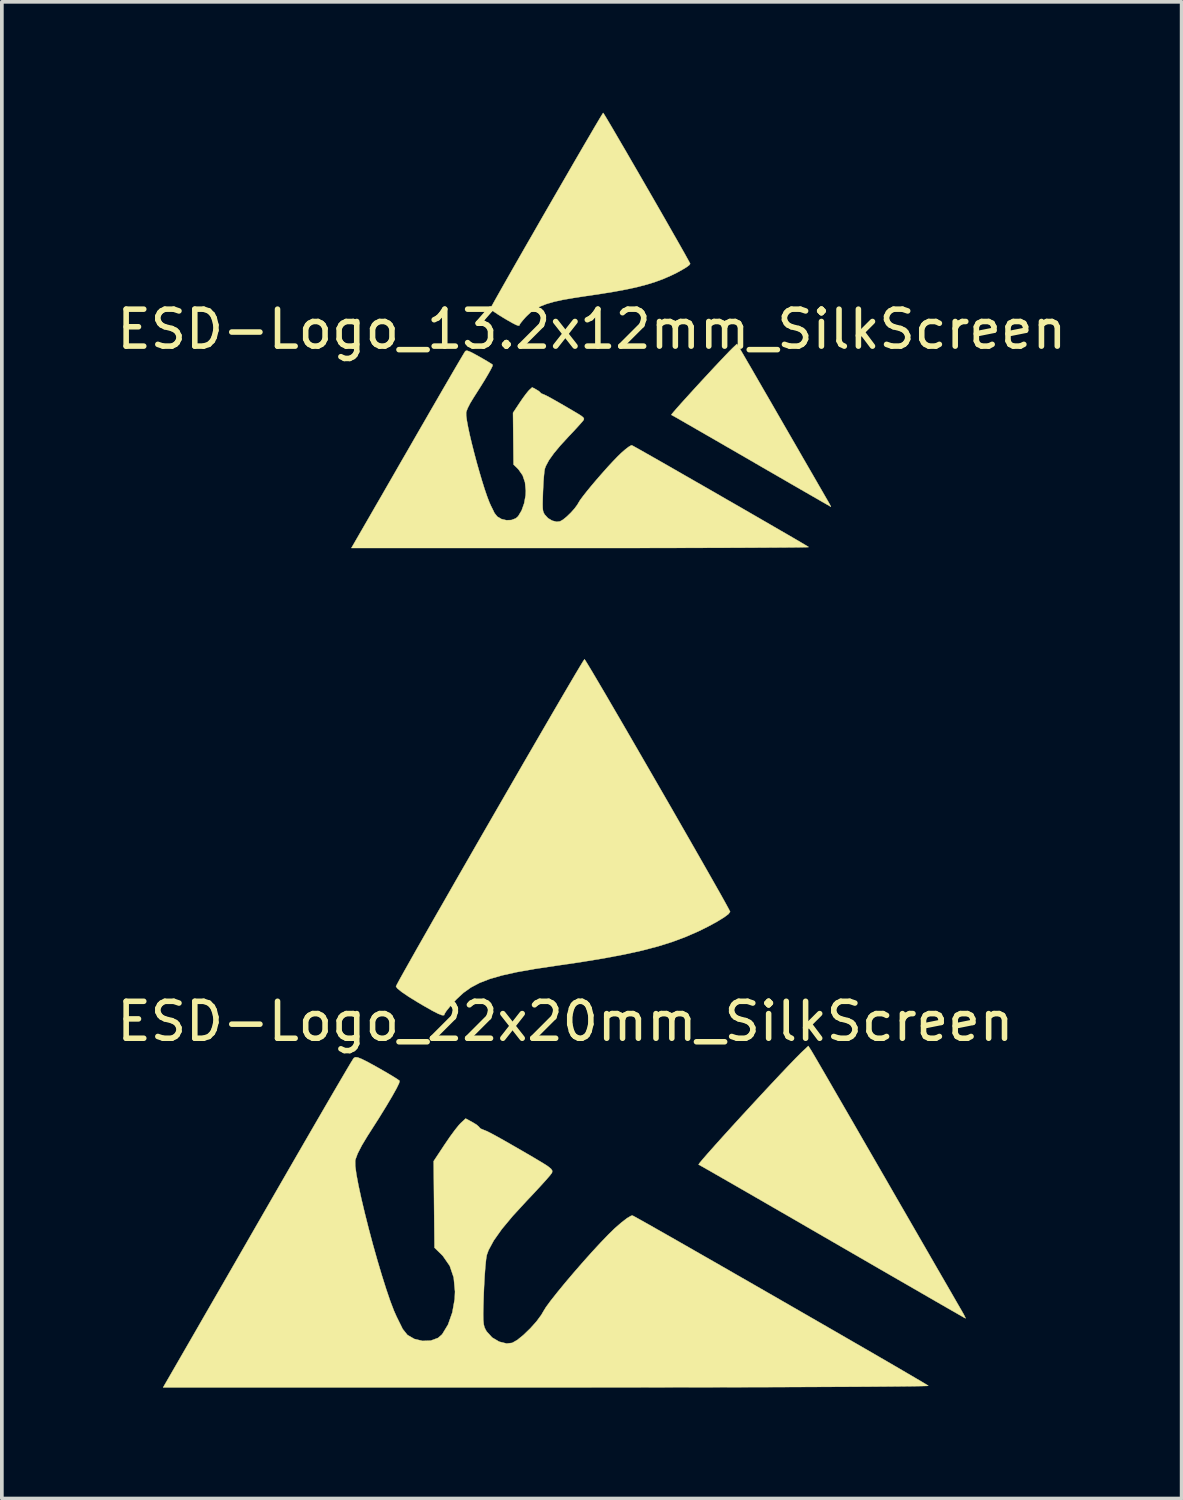
<source format=kicad_pcb>
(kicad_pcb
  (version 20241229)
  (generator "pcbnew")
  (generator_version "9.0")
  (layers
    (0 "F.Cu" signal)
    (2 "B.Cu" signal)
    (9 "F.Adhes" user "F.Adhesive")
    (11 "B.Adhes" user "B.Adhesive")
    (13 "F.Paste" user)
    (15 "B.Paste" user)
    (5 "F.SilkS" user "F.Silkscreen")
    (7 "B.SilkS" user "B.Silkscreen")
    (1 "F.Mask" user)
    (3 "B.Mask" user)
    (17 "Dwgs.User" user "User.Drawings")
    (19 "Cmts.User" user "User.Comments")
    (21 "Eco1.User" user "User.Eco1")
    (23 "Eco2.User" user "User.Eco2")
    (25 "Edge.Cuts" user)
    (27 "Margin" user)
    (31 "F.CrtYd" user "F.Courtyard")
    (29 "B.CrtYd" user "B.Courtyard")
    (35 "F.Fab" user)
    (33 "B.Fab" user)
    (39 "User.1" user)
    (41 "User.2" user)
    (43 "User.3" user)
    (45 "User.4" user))
  (footprint "ESD-Logo_13.2x12mm_SilkScreen"
    (layer "F.Cu")
    (at 12.958 5.859)
    (property "Reference" "ESD-Logo_13.2x12mm_SilkScreen" (at 0 0 0) (layer "F.SilkS") (effects (font (size 1 1) (thickness 0.15))))
    (attr exclude_from_pos_files exclude_from_bom)
    (fp_poly (pts (xy 3.975 0.469) (xy 3.998 0.507) (xy 4.049 0.595) (xy 4.126 0.727) (xy 4.226 0.9) (xy 4.348 1.109) (xy 4.487 1.35) (xy 4.642 1.619) (xy 4.811 1.91) (xy 4.99 2.221) (xy 5.174 2.54) (xy 5.362 2.866) (xy 5.543 3.179) (xy 5.713 3.475) (xy 5.871 3.748) (xy 6.014 3.995) (xy 6.138 4.211) (xy 6.242 4.391) (xy 6.322 4.53) (xy 6.377 4.625) (xy 6.403 4.67) (xy 6.445 4.745) (xy 6.468 4.792) (xy 6.469 4.8) (xy 6.441 4.784) (xy 6.364 4.74) (xy 6.241 4.67) (xy 6.077 4.575) (xy 5.875 4.459) (xy 5.64 4.324) (xy 5.375 4.171) (xy 5.085 4.003) (xy 4.774 3.824) (xy 4.446 3.634) (xy 4.321 3.561) (xy 3.987 3.368) (xy 3.668 3.184) (xy 3.369 3.011) (xy 3.093 2.852) (xy 2.844 2.709) (xy 2.628 2.584) (xy 2.447 2.48) (xy 2.306 2.399) (xy 2.208 2.344) (xy 2.159 2.317) (xy 2.154 2.314) (xy 2.169 2.29) (xy 2.221 2.228) (xy 2.305 2.131) (xy 2.415 2.007) (xy 2.547 1.861) (xy 2.694 1.699) (xy 2.852 1.526) (xy 3.015 1.349) (xy 3.179 1.172) (xy 3.336 1.003) (xy 3.483 0.847) (xy 3.614 0.709) (xy 3.723 0.595) (xy 3.806 0.512) (xy 3.834 0.485) (xy 3.928 0.396) (xy 3.975 0.469)) (stroke (width 0.01) (type solid)) (fill yes) (layer "F.SilkS"))
    (fp_poly (pts (xy 0.328 -5.828) (xy 0.374 -5.754) (xy 0.445 -5.635) (xy 0.538 -5.478) (xy 0.65 -5.287) (xy 0.778 -5.067) (xy 0.92 -4.825) (xy 1.071 -4.563) (xy 1.231 -4.288) (xy 1.394 -4.005) (xy 1.56 -3.718) (xy 1.724 -3.433) (xy 1.884 -3.155) (xy 2.037 -2.888) (xy 2.179 -2.638) (xy 2.309 -2.411) (xy 2.423 -2.21) (xy 2.519 -2.04) (xy 2.592 -1.908) (xy 2.641 -1.818) (xy 2.663 -1.775) (xy 2.664 -1.773) (xy 2.637 -1.736) (xy 2.562 -1.68) (xy 2.448 -1.611) (xy 2.305 -1.532) (xy 2.154 -1.458) (xy 1.949 -1.368) (xy 1.734 -1.288) (xy 1.5 -1.214) (xy 1.241 -1.146) (xy 0.949 -1.082) (xy 0.617 -1.02) (xy 0.238 -0.958) (xy -0.155 -0.9) (xy -0.496 -0.848) (xy -0.783 -0.798) (xy -1.022 -0.745) (xy -1.221 -0.687) (xy -1.386 -0.623) (xy -1.526 -0.549) (xy -1.647 -0.463) (xy -1.756 -0.362) (xy -1.792 -0.325) (xy -1.868 -0.238) (xy -1.925 -0.167) (xy -1.951 -0.125) (xy -1.951 -0.121) (xy -1.961 -0.1) (xy -1.992 -0.1) (xy -2.053 -0.123) (xy -2.15 -0.173) (xy -2.289 -0.252) (xy -2.385 -0.309) (xy -2.529 -0.398) (xy -2.641 -0.473) (xy -2.713 -0.531) (xy -2.738 -0.565) (xy -2.738 -0.565) (xy -2.722 -0.598) (xy -2.678 -0.679) (xy -2.608 -0.805) (xy -2.515 -0.97) (xy -2.401 -1.172) (xy -2.269 -1.404) (xy -2.122 -1.663) (xy -1.961 -1.944) (xy -1.79 -2.243) (xy -1.61 -2.555) (xy -1.426 -2.877) (xy -1.238 -3.203) (xy -1.05 -3.529) (xy -0.864 -3.85) (xy -0.683 -4.163) (xy -0.51 -4.463) (xy -0.346 -4.745) (xy -0.195 -5.005) (xy -0.058 -5.238) (xy 0.06 -5.441) (xy 0.159 -5.608) (xy 0.235 -5.736) (xy 0.286 -5.819) (xy 0.309 -5.854) (xy 0.31 -5.854) (xy 0.328 -5.828)) (stroke (width 0.01) (type solid)) (fill yes) (layer "F.SilkS"))
    (fp_poly (pts (xy -3.356 0.582) (xy -3.291 0.607) (xy -3.192 0.657) (xy -3.049 0.736) (xy -3.038 0.742) (xy -2.907 0.817) (xy -2.796 0.883) (xy -2.717 0.932) (xy -2.68 0.96) (xy -2.679 0.961) (xy -2.688 0.999) (xy -2.729 1.083) (xy -2.8 1.21) (xy -2.897 1.374) (xy -3.019 1.57) (xy -3.162 1.795) (xy -3.197 1.85) (xy -3.29 2.003) (xy -3.357 2.135) (xy -3.394 2.234) (xy -3.397 2.253) (xy -3.396 2.339) (xy -3.377 2.474) (xy -3.344 2.652) (xy -3.299 2.862) (xy -3.243 3.096) (xy -3.18 3.345) (xy -3.112 3.601) (xy -3.04 3.855) (xy -2.968 4.098) (xy -2.898 4.322) (xy -2.831 4.518) (xy -2.771 4.676) (xy -2.729 4.77) (xy -2.679 4.87) (xy -2.633 4.966) (xy -2.63 4.972) (xy -2.553 5.068) (xy -2.44 5.134) (xy -2.308 5.165) (xy -2.175 5.16) (xy -2.058 5.116) (xy -1.991 5.059) (xy -1.896 4.901) (xy -1.827 4.705) (xy -1.788 4.49) (xy -1.783 4.368) (xy -1.805 4.14) (xy -1.869 3.951) (xy -1.979 3.793) (xy -2.013 3.757) (xy -2.115 3.658) (xy -2.129 2.259) (xy -1.95 1.989) (xy -1.867 1.867) (xy -1.786 1.757) (xy -1.72 1.675) (xy -1.692 1.644) (xy -1.611 1.57) (xy -1.503 1.628) (xy -1.434 1.67) (xy -1.396 1.703) (xy -1.394 1.709) (xy -1.368 1.733) (xy -1.324 1.752) (xy -1.282 1.769) (xy -1.217 1.8) (xy -1.123 1.85) (xy -0.996 1.921) (xy -0.83 2.016) (xy -0.619 2.139) (xy -0.504 2.206) (xy -0.369 2.286) (xy -0.28 2.343) (xy -0.23 2.384) (xy -0.211 2.415) (xy -0.215 2.443) (xy -0.218 2.45) (xy -0.249 2.491) (xy -0.316 2.567) (xy -0.41 2.671) (xy -0.524 2.794) (xy -0.623 2.898) (xy -0.85 3.145) (xy -1.028 3.359) (xy -1.158 3.542) (xy -1.241 3.697) (xy -1.27 3.776) (xy -1.281 3.844) (xy -1.293 3.962) (xy -1.305 4.114) (xy -1.314 4.288) (xy -1.319 4.399) (xy -1.325 4.589) (xy -1.328 4.728) (xy -1.326 4.827) (xy -1.32 4.896) (xy -1.307 4.945) (xy -1.287 4.987) (xy -1.272 5.012) (xy -1.183 5.109) (xy -1.069 5.177) (xy -0.949 5.207) (xy -0.858 5.196) (xy -0.777 5.15) (xy -0.675 5.067) (xy -0.566 4.962) (xy -0.465 4.849) (xy -0.387 4.743) (xy -0.358 4.692) (xy -0.315 4.622) (xy -0.236 4.515) (xy -0.13 4.38) (xy -0.002 4.224) (xy 0.139 4.058) (xy 0.288 3.887) (xy 0.435 3.722) (xy 0.575 3.571) (xy 0.7 3.441) (xy 0.799 3.345) (xy 0.908 3.25) (xy 0.999 3.18) (xy 1.064 3.142) (xy 1.085 3.138) (xy 1.118 3.155) (xy 1.199 3.2) (xy 1.325 3.27) (xy 1.49 3.364) (xy 1.691 3.478) (xy 1.921 3.609) (xy 2.176 3.755) (xy 2.452 3.914) (xy 2.744 4.081) (xy 3.048 4.255) (xy 3.358 4.433) (xy 3.669 4.613) (xy 3.978 4.79) (xy 4.279 4.964) (xy 4.568 5.131) (xy 4.839 5.288) (xy 5.089 5.433) (xy 5.313 5.562) (xy 5.505 5.674) (xy 5.662 5.766) (xy 5.777 5.834) (xy 5.848 5.877) (xy 5.868 5.89) (xy 5.841 5.893) (xy 5.754 5.895) (xy 5.611 5.898) (xy 5.415 5.9) (xy 5.169 5.902) (xy 4.875 5.904) (xy 4.536 5.906) (xy 4.156 5.908) (xy 3.736 5.91) (xy 3.281 5.911) (xy 2.792 5.913) (xy 2.274 5.914) (xy 1.728 5.915) (xy 1.157 5.916) (xy 0.565 5.916) (xy -0.046 5.916) (xy -0.302 5.916) (xy -6.502 5.916) (xy -6.06 5.15) (xy -5.966 4.987) (xy -5.846 4.778) (xy -5.702 4.53) (xy -5.54 4.248) (xy -5.363 3.941) (xy -5.176 3.615) (xy -4.981 3.278) (xy -4.784 2.935) (xy -4.588 2.595) (xy -4.538 2.509) (xy -4.358 2.196) (xy -4.185 1.898) (xy -4.024 1.619) (xy -3.876 1.365) (xy -3.745 1.139) (xy -3.632 0.946) (xy -3.54 0.79) (xy -3.473 0.677) (xy -3.432 0.609) (xy -3.42 0.592) (xy -3.396 0.578) (xy -3.356 0.582)) (stroke (width 0.01) (type solid)) (fill yes) (layer "F.SilkS")))
  (footprint "ESD-Logo_22x20mm_SilkScreen"
    (layer "F.Cu")
    (at 12.244 24.583)
    (property "Reference" "ESD-Logo_22x20mm_SilkScreen" (at 0 0 0) (layer "F.SilkS") (effects (font (size 1 1) (thickness 0.15))))
    (attr exclude_from_pos_files exclude_from_bom)
    (fp_poly (pts (xy 6.652 0.785) (xy 6.69 0.849) (xy 6.776 0.995) (xy 6.905 1.217) (xy 7.073 1.506) (xy 7.275 1.856) (xy 7.509 2.26) (xy 7.769 2.709) (xy 8.05 3.197) (xy 8.35 3.716) (xy 8.659 4.251) (xy 8.973 4.797) (xy 9.276 5.321) (xy 9.561 5.815) (xy 9.825 6.273) (xy 10.063 6.686) (xy 10.272 7.047) (xy 10.446 7.348) (xy 10.58 7.581) (xy 10.672 7.74) (xy 10.715 7.814) (xy 10.786 7.94) (xy 10.824 8.019) (xy 10.826 8.032) (xy 10.779 8.007) (xy 10.65 7.933) (xy 10.444 7.815) (xy 10.169 7.657) (xy 9.831 7.462) (xy 9.438 7.235) (xy 8.995 6.98) (xy 8.51 6.7) (xy 7.99 6.399) (xy 7.44 6.081) (xy 7.231 5.96) (xy 6.672 5.637) (xy 6.139 5.328) (xy 5.637 5.039) (xy 5.176 4.772) (xy 4.76 4.533) (xy 4.397 4.324) (xy 4.094 4.15) (xy 3.858 4.015) (xy 3.696 3.923) (xy 3.614 3.877) (xy 3.605 3.872) (xy 3.63 3.833) (xy 3.717 3.728) (xy 3.858 3.566) (xy 4.042 3.359) (xy 4.262 3.114) (xy 4.509 2.842) (xy 4.773 2.553) (xy 5.046 2.257) (xy 5.319 1.962) (xy 5.583 1.679) (xy 5.829 1.417) (xy 6.048 1.186) (xy 6.231 0.996) (xy 6.369 0.857) (xy 6.417 0.811) (xy 6.574 0.663) (xy 6.652 0.785)) (stroke (width 0.01) (type solid)) (fill yes) (layer "F.SilkS"))
    (fp_poly (pts (xy 0.549 -9.754) (xy 0.626 -9.628) (xy 0.745 -9.43) (xy 0.9 -9.167) (xy 1.088 -8.848) (xy 1.302 -8.48) (xy 1.539 -8.074) (xy 1.793 -7.636) (xy 2.059 -7.176) (xy 2.333 -6.702) (xy 2.61 -6.222) (xy 2.885 -5.745) (xy 3.152 -5.279) (xy 3.408 -4.833) (xy 3.647 -4.415) (xy 3.864 -4.034) (xy 4.055 -3.698) (xy 4.215 -3.415) (xy 4.338 -3.194) (xy 4.42 -3.043) (xy 4.457 -2.971) (xy 4.458 -2.966) (xy 4.413 -2.905) (xy 4.288 -2.812) (xy 4.097 -2.695) (xy 3.857 -2.565) (xy 3.605 -2.44) (xy 3.262 -2.29) (xy 2.901 -2.155) (xy 2.51 -2.032) (xy 2.077 -1.918) (xy 1.589 -1.811) (xy 1.033 -1.706) (xy 0.398 -1.602) (xy -0.259 -1.506) (xy -0.831 -1.42) (xy -1.31 -1.335) (xy -1.71 -1.246) (xy -2.043 -1.15) (xy -2.32 -1.043) (xy -2.554 -0.919) (xy -2.756 -0.775) (xy -2.939 -0.606) (xy -2.998 -0.544) (xy -3.126 -0.398) (xy -3.221 -0.279) (xy -3.265 -0.209) (xy -3.266 -0.203) (xy -3.281 -0.168) (xy -3.334 -0.168) (xy -3.436 -0.207) (xy -3.598 -0.29) (xy -3.83 -0.422) (xy -3.991 -0.517) (xy -4.232 -0.665) (xy -4.419 -0.792) (xy -4.54 -0.889) (xy -4.582 -0.946) (xy -4.582 -0.946) (xy -4.555 -1.001) (xy -4.482 -1.137) (xy -4.365 -1.347) (xy -4.209 -1.624) (xy -4.019 -1.961) (xy -3.798 -2.349) (xy -3.551 -2.783) (xy -3.281 -3.253) (xy -2.995 -3.754) (xy -2.695 -4.276) (xy -2.386 -4.814) (xy -2.072 -5.359) (xy -1.757 -5.905) (xy -1.446 -6.443) (xy -1.144 -6.967) (xy -0.853 -7.468) (xy -0.579 -7.94) (xy -0.326 -8.375) (xy -0.098 -8.766) (xy 0.101 -9.105) (xy 0.266 -9.385) (xy 0.393 -9.598) (xy 0.478 -9.738) (xy 0.517 -9.796) (xy 0.519 -9.797) (xy 0.549 -9.754)) (stroke (width 0.01) (type solid)) (fill yes) (layer "F.SilkS"))
    (fp_poly (pts (xy -5.616 0.974) (xy -5.507 1.017) (xy -5.341 1.1) (xy -5.103 1.231) (xy -5.084 1.242) (xy -4.865 1.367) (xy -4.68 1.477) (xy -4.547 1.56) (xy -4.485 1.606) (xy -4.483 1.608) (xy -4.498 1.671) (xy -4.567 1.813) (xy -4.685 2.024) (xy -4.848 2.299) (xy -5.051 2.628) (xy -5.291 3.004) (xy -5.35 3.096) (xy -5.505 3.353) (xy -5.618 3.573) (xy -5.679 3.738) (xy -5.685 3.77) (xy -5.683 3.914) (xy -5.652 4.141) (xy -5.596 4.438) (xy -5.52 4.789) (xy -5.427 5.181) (xy -5.322 5.598) (xy -5.208 6.027) (xy -5.088 6.452) (xy -4.967 6.859) (xy -4.849 7.233) (xy -4.738 7.56) (xy -4.637 7.825) (xy -4.567 7.983) (xy -4.484 8.151) (xy -4.405 8.311) (xy -4.401 8.32) (xy -4.272 8.482) (xy -4.083 8.591) (xy -3.863 8.643) (xy -3.64 8.635) (xy -3.443 8.562) (xy -3.333 8.466) (xy -3.173 8.202) (xy -3.057 7.873) (xy -2.993 7.513) (xy -2.984 7.309) (xy -3.02 6.928) (xy -3.127 6.612) (xy -3.311 6.347) (xy -3.368 6.288) (xy -3.539 6.122) (xy -3.551 4.951) (xy -3.562 3.78) (xy -3.264 3.329) (xy -3.124 3.124) (xy -2.989 2.94) (xy -2.879 2.803) (xy -2.831 2.752) (xy -2.697 2.627) (xy -2.515 2.725) (xy -2.4 2.795) (xy -2.337 2.85) (xy -2.333 2.859) (xy -2.29 2.901) (xy -2.216 2.932) (xy -2.145 2.96) (xy -2.036 3.013) (xy -1.88 3.096) (xy -1.667 3.215) (xy -1.389 3.374) (xy -1.035 3.579) (xy -0.843 3.691) (xy -0.617 3.826) (xy -0.469 3.921) (xy -0.385 3.99) (xy -0.353 4.042) (xy -0.36 4.088) (xy -0.365 4.099) (xy -0.417 4.168) (xy -0.528 4.296) (xy -0.686 4.47) (xy -0.877 4.676) (xy -1.042 4.85) (xy -1.422 5.263) (xy -1.72 5.621) (xy -1.937 5.928) (xy -2.077 6.187) (xy -2.125 6.319) (xy -2.144 6.434) (xy -2.164 6.63) (xy -2.183 6.885) (xy -2.199 7.177) (xy -2.207 7.361) (xy -2.217 7.679) (xy -2.222 7.912) (xy -2.219 8.078) (xy -2.208 8.193) (xy -2.187 8.276) (xy -2.154 8.345) (xy -2.128 8.388) (xy -1.98 8.551) (xy -1.789 8.664) (xy -1.587 8.714) (xy -1.437 8.696) (xy -1.3 8.618) (xy -1.129 8.479) (xy -0.947 8.303) (xy -0.779 8.115) (xy -0.648 7.937) (xy -0.599 7.852) (xy -0.527 7.734) (xy -0.396 7.555) (xy -0.217 7.329) (xy -0.004 7.069) (xy 0.233 6.79) (xy 0.481 6.505) (xy 0.728 6.229) (xy 0.963 5.975) (xy 1.172 5.758) (xy 1.336 5.598) (xy 1.519 5.439) (xy 1.672 5.321) (xy 1.78 5.258) (xy 1.816 5.251) (xy 1.87 5.279) (xy 2.007 5.355) (xy 2.218 5.473) (xy 2.494 5.63) (xy 2.829 5.82) (xy 3.214 6.04) (xy 3.642 6.285) (xy 4.104 6.549) (xy 4.593 6.83) (xy 5.1 7.121) (xy 5.619 7.419) (xy 6.14 7.719) (xy 6.657 8.017) (xy 7.161 8.307) (xy 7.644 8.586) (xy 8.099 8.849) (xy 8.517 9.091) (xy 8.891 9.308) (xy 9.213 9.496) (xy 9.474 9.649) (xy 9.668 9.763) (xy 9.786 9.834) (xy 9.82 9.857) (xy 9.774 9.861) (xy 9.629 9.865) (xy 9.391 9.869) (xy 9.062 9.873) (xy 8.65 9.877) (xy 8.158 9.881) (xy 7.591 9.884) (xy 6.954 9.887) (xy 6.253 9.89) (xy 5.491 9.893) (xy 4.673 9.895) (xy 3.805 9.897) (xy 2.891 9.898) (xy 1.936 9.9) (xy 0.946 9.9) (xy -0.077 9.901) (xy -0.506 9.901) (xy -10.881 9.901) (xy -10.141 8.618) (xy -9.984 8.346) (xy -9.783 7.996) (xy -9.543 7.58) (xy -9.271 7.109) (xy -8.975 6.595) (xy -8.661 6.05) (xy -8.336 5.485) (xy -8.006 4.912) (xy -7.678 4.343) (xy -7.595 4.199) (xy -7.292 3.674) (xy -7.004 3.176) (xy -6.734 2.71) (xy -6.487 2.284) (xy -6.267 1.906) (xy -6.078 1.583) (xy -5.925 1.323) (xy -5.812 1.132) (xy -5.743 1.02) (xy -5.723 0.991) (xy -5.683 0.968) (xy -5.616 0.974)) (stroke (width 0.01) (type solid)) (fill yes) (layer "F.SilkS")))
  (gr_rect
    (start -3 -3)
    (end 28.917 37.489)
    (stroke (width 0.1) (type default))
    (fill no)
    (layer "Edge.Cuts")))
</source>
